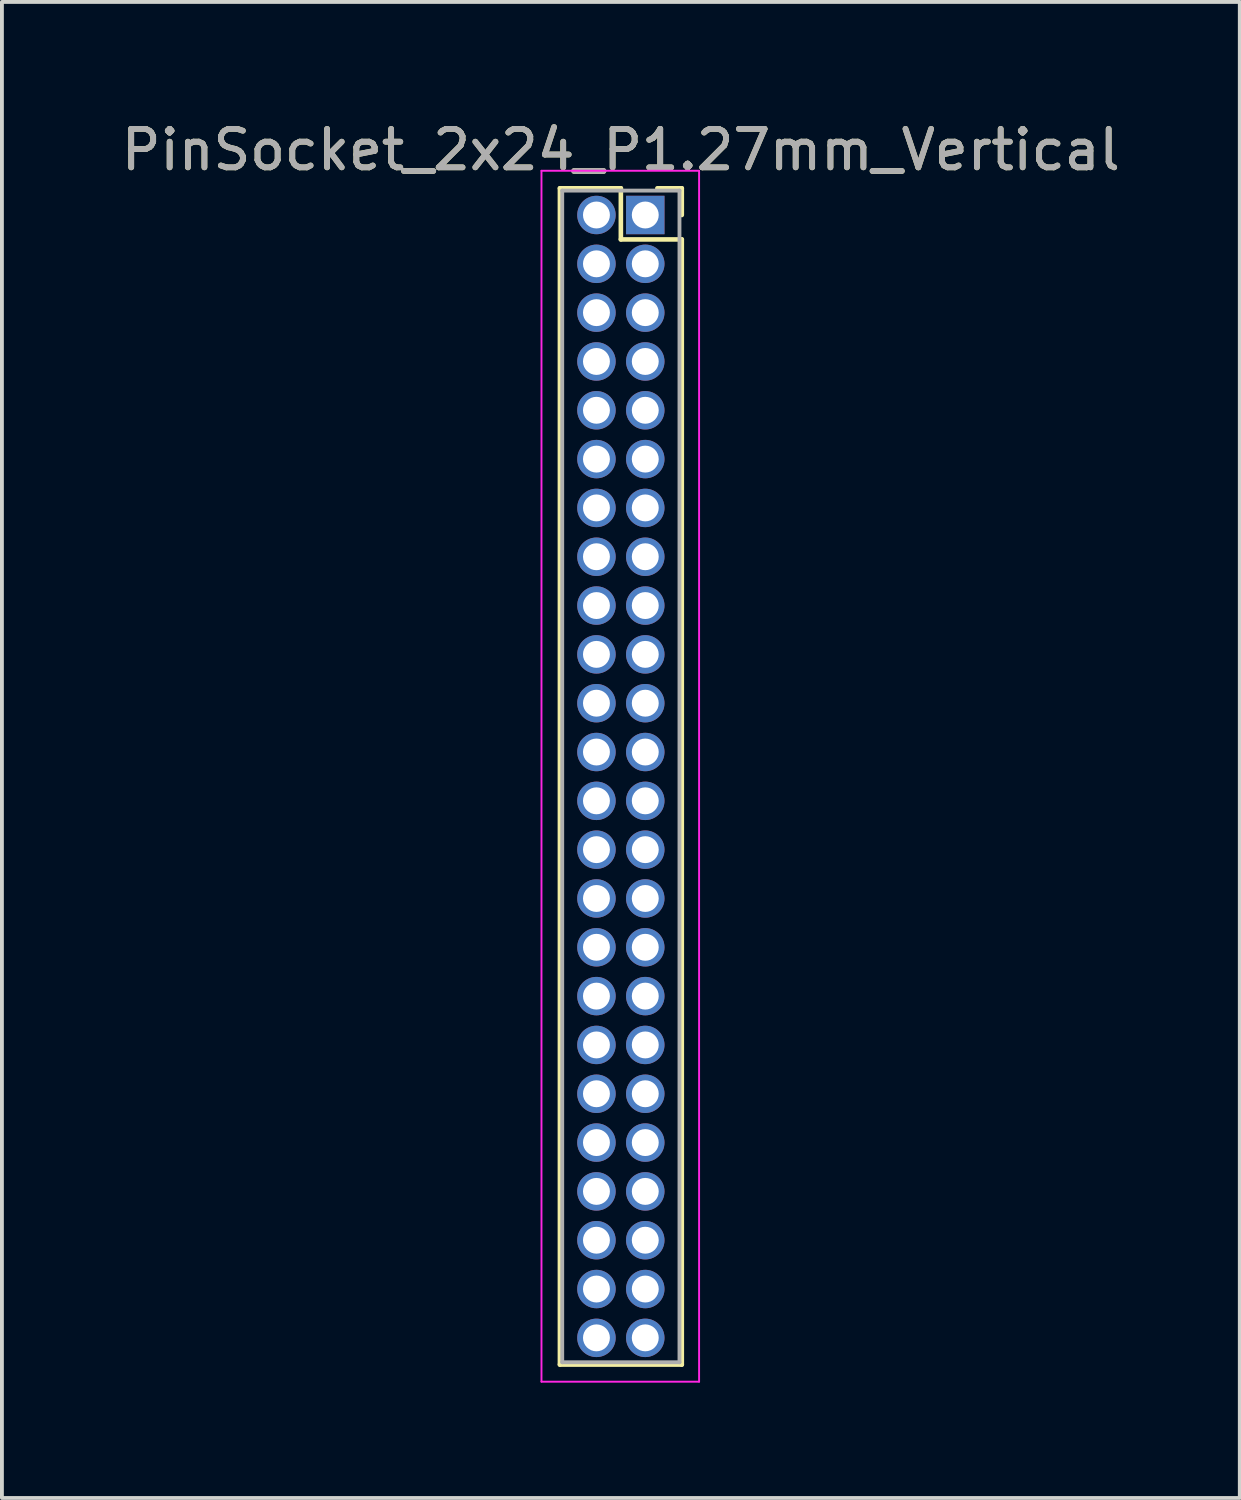
<source format=kicad_pcb>
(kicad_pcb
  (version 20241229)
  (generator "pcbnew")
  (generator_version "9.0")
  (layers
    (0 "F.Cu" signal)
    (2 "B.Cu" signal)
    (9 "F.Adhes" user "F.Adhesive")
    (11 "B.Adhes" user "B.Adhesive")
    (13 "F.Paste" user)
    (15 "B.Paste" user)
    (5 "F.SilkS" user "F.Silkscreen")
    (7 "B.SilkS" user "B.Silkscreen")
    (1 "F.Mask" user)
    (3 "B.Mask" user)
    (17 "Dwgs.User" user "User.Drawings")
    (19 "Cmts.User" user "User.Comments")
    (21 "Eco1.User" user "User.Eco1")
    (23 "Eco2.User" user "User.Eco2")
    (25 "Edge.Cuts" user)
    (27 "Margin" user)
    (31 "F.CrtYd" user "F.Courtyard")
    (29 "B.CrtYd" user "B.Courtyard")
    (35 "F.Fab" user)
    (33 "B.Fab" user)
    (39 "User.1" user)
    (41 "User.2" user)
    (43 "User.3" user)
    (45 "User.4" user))
  (footprint "PinSocket_2x24_P1.27mm_Vertical"
    (layer "F.Cu")
    (at 13.736 2.543)
    (property "Reference" "PinSocket_2x24_P1.27mm_Vertical" (at -0.635 -1.695 0) (layer "F.SilkS") (effects (font (size 1 1) (thickness 0.15))))
    (attr through_hole)
    (fp_line (start -2.22 -0.695) (end -0.635 -0.695) (stroke (width 0.12) (type solid)) (layer "F.SilkS"))
    (fp_line (start -2.22 29.905) (end -2.22 -0.695) (stroke (width 0.12) (type solid)) (layer "F.SilkS"))
    (fp_line (start -0.635 -0.695) (end -0.635 0.635) (stroke (width 0.12) (type solid)) (layer "F.SilkS"))
    (fp_line (start -0.635 0.635) (end 0.95 0.635) (stroke (width 0.12) (type solid)) (layer "F.SilkS"))
    (fp_line (start 0.95 -0.695) (end 0.315 -0.695) (stroke (width 0.12) (type solid)) (layer "F.SilkS"))
    (fp_line (start 0.95 0) (end 0.95 -0.695) (stroke (width 0.12) (type solid)) (layer "F.SilkS"))
    (fp_line (start 0.95 0.635) (end 0.95 29.905) (stroke (width 0.12) (type solid)) (layer "F.SilkS"))
    (fp_line (start 0.95 29.905) (end -2.22 29.905) (stroke (width 0.12) (type solid)) (layer "F.SilkS"))
    (fp_line (start -2.7 -1.15) (end -2.7 30.35) (stroke (width 0.05) (type solid)) (layer "F.CrtYd"))
    (fp_line (start -2.7 30.35) (end 1.4 30.35) (stroke (width 0.05) (type solid)) (layer "F.CrtYd"))
    (fp_line (start 1.4 -1.15) (end -2.7 -1.15) (stroke (width 0.05) (type solid)) (layer "F.CrtYd"))
    (fp_line (start 1.4 30.35) (end 1.4 -1.15) (stroke (width 0.05) (type solid)) (layer "F.CrtYd"))
    (fp_line (start -2.16 -0.635) (end -2.16 29.845) (stroke (width 0.1) (type solid)) (layer "F.Fab"))
    (fp_line (start -2.16 29.845) (end 0.89 29.845) (stroke (width 0.1) (type solid)) (layer "F.Fab"))
    (fp_line (start 0.89 -0.635) (end -2.16 -0.635) (stroke (width 0.1) (type solid)) (layer "F.Fab"))
    (fp_line (start 0.89 29.845) (end 0.89 -0.635) (stroke (width 0.1) (type solid)) (layer "F.Fab"))
    (fp_text user "${REFERENCE}" (at -0.635 -1.695 0) (layer "F.Fab") (effects (font (size 1 1) (thickness 0.15))))
    (pad "1" thru_hole rect (at 0 0) (size 1 1) (drill 0.7) (layers "*.Cu" "*.Mask"))
    (pad "2" thru_hole oval (at -1.27 0) (size 1 1) (drill 0.7) (layers "*.Cu" "*.Mask"))
    (pad "3" thru_hole oval (at 0 1.27) (size 1 1) (drill 0.7) (layers "*.Cu" "*.Mask"))
    (pad "4" thru_hole oval (at -1.27 1.27) (size 1 1) (drill 0.7) (layers "*.Cu" "*.Mask"))
    (pad "5" thru_hole oval (at 0 2.54) (size 1 1) (drill 0.7) (layers "*.Cu" "*.Mask"))
    (pad "6" thru_hole oval (at -1.27 2.54) (size 1 1) (drill 0.7) (layers "*.Cu" "*.Mask"))
    (pad "7" thru_hole oval (at 0 3.81) (size 1 1) (drill 0.7) (layers "*.Cu" "*.Mask"))
    (pad "8" thru_hole oval (at -1.27 3.81) (size 1 1) (drill 0.7) (layers "*.Cu" "*.Mask"))
    (pad "9" thru_hole oval (at 0 5.08) (size 1 1) (drill 0.7) (layers "*.Cu" "*.Mask"))
    (pad "10" thru_hole oval (at -1.27 5.08) (size 1 1) (drill 0.7) (layers "*.Cu" "*.Mask"))
    (pad "11" thru_hole oval (at 0 6.35) (size 1 1) (drill 0.7) (layers "*.Cu" "*.Mask"))
    (pad "12" thru_hole oval (at -1.27 6.35) (size 1 1) (drill 0.7) (layers "*.Cu" "*.Mask"))
    (pad "13" thru_hole oval (at 0 7.62) (size 1 1) (drill 0.7) (layers "*.Cu" "*.Mask"))
    (pad "14" thru_hole oval (at -1.27 7.62) (size 1 1) (drill 0.7) (layers "*.Cu" "*.Mask"))
    (pad "15" thru_hole oval (at 0 8.89) (size 1 1) (drill 0.7) (layers "*.Cu" "*.Mask"))
    (pad "16" thru_hole oval (at -1.27 8.89) (size 1 1) (drill 0.7) (layers "*.Cu" "*.Mask"))
    (pad "17" thru_hole oval (at 0 10.16) (size 1 1) (drill 0.7) (layers "*.Cu" "*.Mask"))
    (pad "18" thru_hole oval (at -1.27 10.16) (size 1 1) (drill 0.7) (layers "*.Cu" "*.Mask"))
    (pad "19" thru_hole oval (at 0 11.43) (size 1 1) (drill 0.7) (layers "*.Cu" "*.Mask"))
    (pad "20" thru_hole oval (at -1.27 11.43) (size 1 1) (drill 0.7) (layers "*.Cu" "*.Mask"))
    (pad "21" thru_hole oval (at 0 12.7) (size 1 1) (drill 0.7) (layers "*.Cu" "*.Mask"))
    (pad "22" thru_hole oval (at -1.27 12.7) (size 1 1) (drill 0.7) (layers "*.Cu" "*.Mask"))
    (pad "23" thru_hole oval (at 0 13.97) (size 1 1) (drill 0.7) (layers "*.Cu" "*.Mask"))
    (pad "24" thru_hole oval (at -1.27 13.97) (size 1 1) (drill 0.7) (layers "*.Cu" "*.Mask"))
    (pad "25" thru_hole oval (at 0 15.24) (size 1 1) (drill 0.7) (layers "*.Cu" "*.Mask"))
    (pad "26" thru_hole oval (at -1.27 15.24) (size 1 1) (drill 0.7) (layers "*.Cu" "*.Mask"))
    (pad "27" thru_hole oval (at 0 16.51) (size 1 1) (drill 0.7) (layers "*.Cu" "*.Mask"))
    (pad "28" thru_hole oval (at -1.27 16.51) (size 1 1) (drill 0.7) (layers "*.Cu" "*.Mask"))
    (pad "29" thru_hole oval (at 0 17.78) (size 1 1) (drill 0.7) (layers "*.Cu" "*.Mask"))
    (pad "30" thru_hole oval (at -1.27 17.78) (size 1 1) (drill 0.7) (layers "*.Cu" "*.Mask"))
    (pad "31" thru_hole oval (at 0 19.05) (size 1 1) (drill 0.7) (layers "*.Cu" "*.Mask"))
    (pad "32" thru_hole oval (at -1.27 19.05) (size 1 1) (drill 0.7) (layers "*.Cu" "*.Mask"))
    (pad "33" thru_hole oval (at 0 20.32) (size 1 1) (drill 0.7) (layers "*.Cu" "*.Mask"))
    (pad "34" thru_hole oval (at -1.27 20.32) (size 1 1) (drill 0.7) (layers "*.Cu" "*.Mask"))
    (pad "35" thru_hole oval (at 0 21.59) (size 1 1) (drill 0.7) (layers "*.Cu" "*.Mask"))
    (pad "36" thru_hole oval (at -1.27 21.59) (size 1 1) (drill 0.7) (layers "*.Cu" "*.Mask"))
    (pad "37" thru_hole oval (at 0 22.86) (size 1 1) (drill 0.7) (layers "*.Cu" "*.Mask"))
    (pad "38" thru_hole oval (at -1.27 22.86) (size 1 1) (drill 0.7) (layers "*.Cu" "*.Mask"))
    (pad "39" thru_hole oval (at 0 24.13) (size 1 1) (drill 0.7) (layers "*.Cu" "*.Mask"))
    (pad "40" thru_hole oval (at -1.27 24.13) (size 1 1) (drill 0.7) (layers "*.Cu" "*.Mask"))
    (pad "41" thru_hole oval (at 0 25.4) (size 1 1) (drill 0.7) (layers "*.Cu" "*.Mask"))
    (pad "42" thru_hole oval (at -1.27 25.4) (size 1 1) (drill 0.7) (layers "*.Cu" "*.Mask"))
    (pad "43" thru_hole oval (at 0 26.67) (size 1 1) (drill 0.7) (layers "*.Cu" "*.Mask"))
    (pad "44" thru_hole oval (at -1.27 26.67) (size 1 1) (drill 0.7) (layers "*.Cu" "*.Mask"))
    (pad "45" thru_hole oval (at 0 27.94) (size 1 1) (drill 0.7) (layers "*.Cu" "*.Mask"))
    (pad "46" thru_hole oval (at -1.27 27.94) (size 1 1) (drill 0.7) (layers "*.Cu" "*.Mask"))
    (pad "47" thru_hole oval (at 0 29.21) (size 1 1) (drill 0.7) (layers "*.Cu" "*.Mask"))
    (pad "48" thru_hole oval (at -1.27 29.21) (size 1 1) (drill 0.7) (layers "*.Cu" "*.Mask")))
  (gr_rect
    (start -3 -3)
    (end 29.202 35.918)
    (stroke (width 0.1) (type default))
    (fill no)
    (layer "Edge.Cuts")))
</source>
